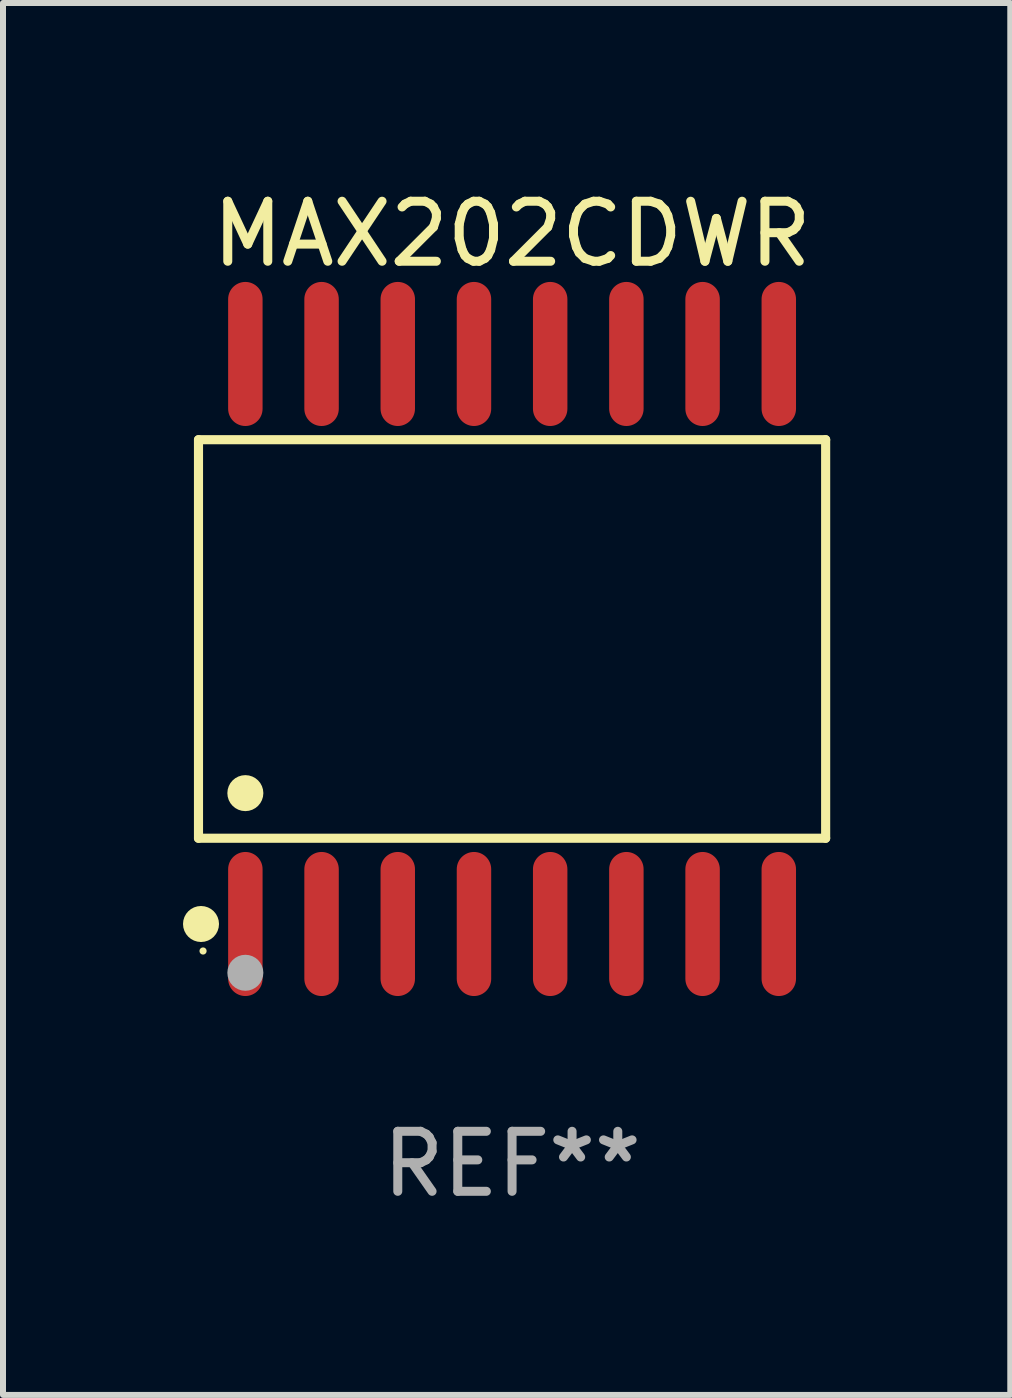
<source format=kicad_pcb>
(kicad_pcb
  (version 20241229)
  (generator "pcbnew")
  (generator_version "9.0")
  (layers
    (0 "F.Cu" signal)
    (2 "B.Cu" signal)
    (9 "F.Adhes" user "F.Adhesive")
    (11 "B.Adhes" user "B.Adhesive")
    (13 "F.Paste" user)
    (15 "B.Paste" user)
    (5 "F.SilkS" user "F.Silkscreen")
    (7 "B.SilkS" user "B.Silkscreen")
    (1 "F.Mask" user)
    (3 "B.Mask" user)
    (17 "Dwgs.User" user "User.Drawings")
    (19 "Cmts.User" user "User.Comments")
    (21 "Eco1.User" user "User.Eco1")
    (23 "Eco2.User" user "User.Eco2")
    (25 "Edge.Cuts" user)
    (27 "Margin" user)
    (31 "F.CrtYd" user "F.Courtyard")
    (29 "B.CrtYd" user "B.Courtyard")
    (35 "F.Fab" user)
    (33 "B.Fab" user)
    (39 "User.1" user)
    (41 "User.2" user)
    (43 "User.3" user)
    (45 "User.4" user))
  (footprint "MAX202CDWR"
    (layer "F.Cu")
    (at 5.484 7.599)
    (property "Reference" "MAX202CDWR" (at 0 -6.75 0) (layer "F.SilkS") (effects (font (size 1 1) (thickness 0.15))))
    (attr through_hole)
    (fp_line (start -5.226 -3.321) (end 5.226 -3.321) (stroke (width 0.152) (type solid)) (layer "F.SilkS"))
    (fp_line (start -5.226 3.321) (end -5.226 -3.321) (stroke (width 0.152) (type solid)) (layer "F.SilkS"))
    (fp_line (start 5.226 -3.321) (end 5.226 3.321) (stroke (width 0.152) (type solid)) (layer "F.SilkS"))
    (fp_line (start 5.226 3.321) (end -5.226 3.321) (stroke (width 0.152) (type solid)) (layer "F.SilkS"))
    (fp_circle (center -5.184 4.75) (end -5.034 4.75) (stroke (width 0.3) (type solid)) (fill no) (layer "F.SilkS"))
    (fp_circle (center -5.15 5.2) (end -5.12 5.2) (stroke (width 0.06) (type solid)) (fill no) (layer "F.SilkS"))
    (fp_circle (center -4.445 2.569) (end -4.295 2.569) (stroke (width 0.3) (type solid)) (fill no) (layer "F.SilkS"))
    (fp_circle (center -4.445 5.563) (end -4.295 5.563) (stroke (width 0.3) (type solid)) (fill no) (layer "F.Fab"))
    (fp_text user "REF**" (at 0 8.75 0) (layer "F.Fab") (effects (font (size 1 1) (thickness 0.15))))
    (pad "1" smd oval (at -4.445 4.75) (size 0.574 2.401) (layers "F.Cu" "F.Mask" "F.Paste"))
    (pad "2" smd oval (at -3.175 4.75) (size 0.574 2.401) (layers "F.Cu" "F.Mask" "F.Paste"))
    (pad "3" smd oval (at -1.905 4.75) (size 0.574 2.401) (layers "F.Cu" "F.Mask" "F.Paste"))
    (pad "4" smd oval (at -0.635 4.75) (size 0.574 2.401) (layers "F.Cu" "F.Mask" "F.Paste"))
    (pad "5" smd oval (at 0.635 4.75) (size 0.574 2.401) (layers "F.Cu" "F.Mask" "F.Paste"))
    (pad "6" smd oval (at 1.905 4.75) (size 0.574 2.401) (layers "F.Cu" "F.Mask" "F.Paste"))
    (pad "7" smd oval (at 3.175 4.75) (size 0.574 2.401) (layers "F.Cu" "F.Mask" "F.Paste"))
    (pad "8" smd oval (at 4.445 4.75) (size 0.574 2.401) (layers "F.Cu" "F.Mask" "F.Paste"))
    (pad "9" smd oval (at 4.445 -4.75) (size 0.574 2.401) (layers "F.Cu" "F.Mask" "F.Paste"))
    (pad "10" smd oval (at 3.175 -4.75) (size 0.574 2.401) (layers "F.Cu" "F.Mask" "F.Paste"))
    (pad "11" smd oval (at 1.905 -4.75) (size 0.574 2.401) (layers "F.Cu" "F.Mask" "F.Paste"))
    (pad "12" smd oval (at 0.635 -4.75) (size 0.574 2.401) (layers "F.Cu" "F.Mask" "F.Paste"))
    (pad "13" smd oval (at -0.635 -4.75) (size 0.574 2.401) (layers "F.Cu" "F.Mask" "F.Paste"))
    (pad "14" smd oval (at -1.905 -4.75) (size 0.574 2.401) (layers "F.Cu" "F.Mask" "F.Paste"))
    (pad "15" smd oval (at -3.175 -4.75) (size 0.574 2.401) (layers "F.Cu" "F.Mask" "F.Paste"))
    (pad "16" smd oval (at -4.445 -4.75) (size 0.574 2.401) (layers "F.Cu" "F.Mask" "F.Paste")))
  (gr_rect
    (start -3 -3)
    (end 13.787 20.197)
    (stroke (width 0.1) (type default))
    (fill no)
    (layer "Edge.Cuts")))
</source>
